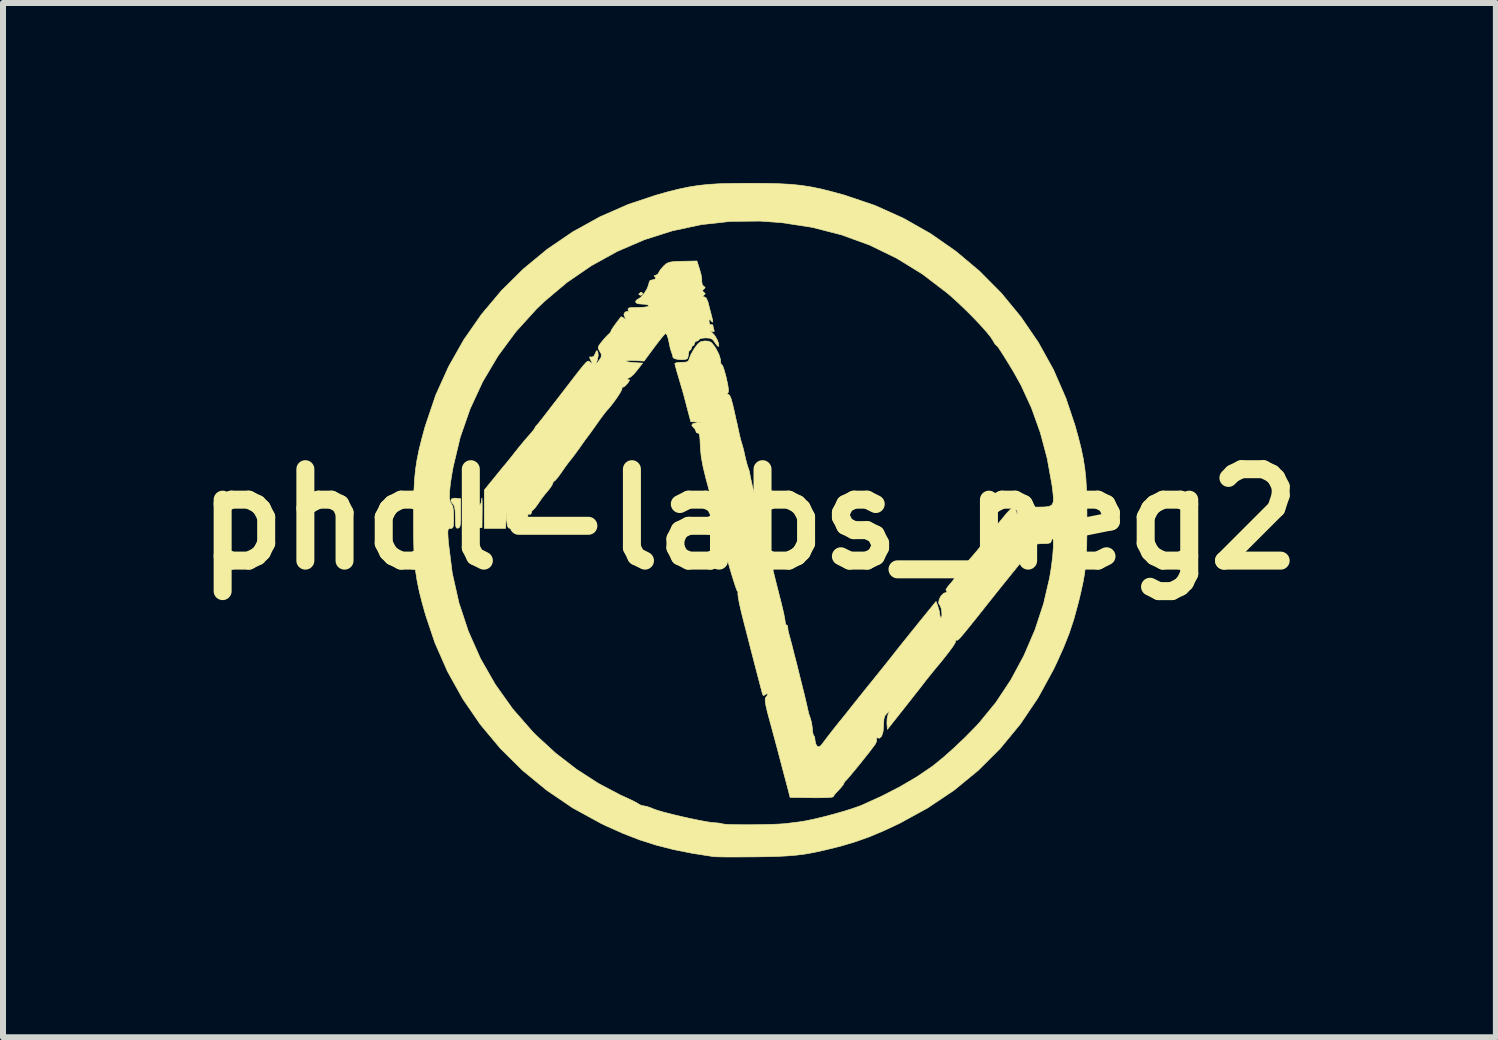
<source format=kicad_pcb>
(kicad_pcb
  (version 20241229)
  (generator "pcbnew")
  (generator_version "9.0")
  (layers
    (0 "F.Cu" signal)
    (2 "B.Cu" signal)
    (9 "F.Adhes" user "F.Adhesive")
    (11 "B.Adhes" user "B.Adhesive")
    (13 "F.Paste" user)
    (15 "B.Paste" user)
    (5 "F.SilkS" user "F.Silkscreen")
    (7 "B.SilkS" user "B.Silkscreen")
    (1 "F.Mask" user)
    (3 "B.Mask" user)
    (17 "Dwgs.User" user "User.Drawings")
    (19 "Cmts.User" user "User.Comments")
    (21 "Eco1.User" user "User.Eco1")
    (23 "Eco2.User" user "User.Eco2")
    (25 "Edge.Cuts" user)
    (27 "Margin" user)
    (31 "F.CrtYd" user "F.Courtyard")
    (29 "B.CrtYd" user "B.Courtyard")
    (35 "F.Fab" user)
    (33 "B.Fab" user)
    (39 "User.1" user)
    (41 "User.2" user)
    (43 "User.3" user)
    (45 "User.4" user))
  (footprint "phol-labs_neg2"
    (layer "F.Cu")
    (at 9.442 5.605)
    (property "Reference" "phol-labs_neg2" (at 0 0 0) (layer "F.SilkS") (effects (font (size 1.524 1.524) (thickness 0.3))))
    (attr through_hole)
    (fp_poly (pts (xy -1.779 -3.765) (xy -1.778 -3.759) (xy -1.799 -3.737) (xy -1.818 -3.734) (xy -1.844 -3.746) (xy -1.841 -3.759) (xy -1.809 -3.784) (xy -1.802 -3.785) (xy -1.779 -3.765)) (stroke (width 0.01) (type solid)) (fill yes) (layer "F.SilkS"))
    (fp_poly (pts (xy -4.642 -0.352) (xy -4.574 -0.348) (xy -4.539 -0.341) (xy -4.54 -0.337) (xy -4.57 -0.307) (xy -4.569 -0.264) (xy -4.541 -0.232) (xy -4.523 -0.229) (xy -4.49 -0.239) (xy -4.471 -0.278) (xy -4.463 -0.337) (xy -4.459 -0.356) (xy -4.457 -0.329) (xy -4.455 -0.264) (xy -4.455 -0.164) (xy -4.455 -0.152) (xy -4.458 0.14) (xy -4.775 0.155) (xy -4.775 -0.357) (xy -4.642 -0.352)) (stroke (width 0.01) (type solid)) (fill yes) (layer "F.SilkS"))
    (fp_poly (pts (xy -4.896 -0.351) (xy -4.813 -0.343) (xy -4.813 -0.102) (xy -4.814 0.012) (xy -4.819 0.084) (xy -4.828 0.125) (xy -4.845 0.143) (xy -4.858 0.148) (xy -4.881 0.146) (xy -4.894 0.125) (xy -4.9 0.074) (xy -4.902 -0.017) (xy -4.902 -0.033) (xy -4.906 -0.146) (xy -4.918 -0.216) (xy -4.94 -0.254) (xy -4.94 -0.254) (xy -4.978 -0.302) (xy -4.969 -0.338) (xy -4.918 -0.352) (xy -4.896 -0.351)) (stroke (width 0.01) (type solid)) (fill yes) (layer "F.SilkS"))
    (fp_poly (pts (xy -0.831 -4.166) (xy -0.807 -4.078) (xy -0.795 -4.002) (xy -0.796 -3.968) (xy -0.787 -3.909) (xy -0.765 -3.886) (xy -0.738 -3.863) (xy -0.756 -3.84) (xy -0.762 -3.836) (xy -0.787 -3.811) (xy -0.767 -3.788) (xy -0.762 -3.785) (xy -0.737 -3.76) (xy -0.757 -3.738) (xy -0.762 -3.734) (xy -0.786 -3.714) (xy -0.763 -3.709) (xy -0.757 -3.709) (xy -0.72 -3.687) (xy -0.691 -3.619) (xy -0.686 -3.6) (xy -0.663 -3.507) (xy -0.638 -3.414) (xy -0.635 -3.401) (xy -0.615 -3.321) (xy -0.612 -3.286) (xy -0.626 -3.292) (xy -0.641 -3.31) (xy -0.665 -3.337) (xy -0.673 -3.32) (xy -0.673 -3.293) (xy -0.663 -3.249) (xy -0.641 -3.244) (xy -0.613 -3.241) (xy -0.61 -3.231) (xy -0.601 -3.186) (xy -0.592 -3.16) (xy -0.588 -3.129) (xy -0.618 -3.131) (xy -0.624 -3.133) (xy -0.653 -3.141) (xy -0.642 -3.126) (xy -0.617 -3.105) (xy -0.577 -3.06) (xy -0.541 -2.998) (xy -0.516 -2.935) (xy -0.511 -2.889) (xy -0.515 -2.88) (xy -0.535 -2.89) (xy -0.567 -2.933) (xy -0.575 -2.945) (xy -0.612 -2.995) (xy -0.657 -3.018) (xy -0.729 -3.023) (xy -0.796 -3.017) (xy -0.834 -3.004) (xy -0.838 -2.997) (xy -0.859 -2.975) (xy -0.876 -2.972) (xy -0.91 -2.951) (xy -0.914 -2.934) (xy -0.928 -2.9) (xy -0.94 -2.896) (xy -0.962 -2.875) (xy -0.965 -2.857) (xy -0.979 -2.824) (xy -0.991 -2.819) (xy -1.011 -2.798) (xy -1.016 -2.762) (xy -1.025 -2.704) (xy -1.035 -2.678) (xy -1.069 -2.664) (xy -1.129 -2.66) (xy -1.196 -2.665) (xy -1.251 -2.678) (xy -1.273 -2.695) (xy -1.286 -2.749) (xy -1.303 -2.794) (xy -1.32 -2.849) (xy -1.33 -2.896) (xy -1.352 -3.002) (xy -1.375 -3.072) (xy -1.396 -3.099) (xy -1.396 -3.099) (xy -1.418 -3.08) (xy -1.463 -3.027) (xy -1.524 -2.95) (xy -1.586 -2.868) (xy -1.757 -2.637) (xy -1.907 -2.646) (xy -1.987 -2.648) (xy -2.041 -2.644) (xy -2.057 -2.637) (xy -2.034 -2.625) (xy -1.975 -2.616) (xy -1.919 -2.611) (xy -1.781 -2.603) (xy -1.874 -2.483) (xy -1.929 -2.418) (xy -1.976 -2.375) (xy -1.999 -2.362) (xy -2.03 -2.346) (xy -2.032 -2.335) (xy -2.016 -2.321) (xy -2.003 -2.326) (xy -1.998 -2.32) (xy -2.019 -2.284) (xy -2.033 -2.265) (xy -2.076 -2.219) (xy -2.11 -2.2) (xy -2.116 -2.202) (xy -2.129 -2.201) (xy -2.123 -2.188) (xy -2.13 -2.157) (xy -2.163 -2.097) (xy -2.214 -2.019) (xy -2.277 -1.933) (xy -2.345 -1.848) (xy -2.388 -1.801) (xy -2.421 -1.759) (xy -2.472 -1.691) (xy -2.527 -1.614) (xy -2.59 -1.525) (xy -2.651 -1.439) (xy -2.692 -1.384) (xy -2.744 -1.315) (xy -2.788 -1.253) (xy -2.794 -1.245) (xy -2.844 -1.173) (xy -2.905 -1.09) (xy -2.962 -1.014) (xy -3.002 -0.965) (xy -3.033 -0.924) (xy -3.082 -0.857) (xy -3.135 -0.78) (xy -3.187 -0.708) (xy -3.23 -0.656) (xy -3.255 -0.635) (xy -3.255 -0.635) (xy -3.275 -0.615) (xy -3.277 -0.603) (xy -3.293 -0.566) (xy -3.332 -0.509) (xy -3.353 -0.483) (xy -3.41 -0.415) (xy -3.448 -0.367) (xy -3.483 -0.318) (xy -3.53 -0.249) (xy -3.531 -0.248) (xy -3.573 -0.191) (xy -3.605 -0.157) (xy -3.613 -0.153) (xy -3.63 -0.132) (xy -3.632 -0.112) (xy -3.648 -0.083) (xy -3.669 -0.085) (xy -3.695 -0.084) (xy -3.692 -0.063) (xy -3.698 -0.02) (xy -3.732 0.04) (xy -3.78 0.098) (xy -3.83 0.141) (xy -3.862 0.152) (xy -3.903 0.13) (xy -3.919 0.083) (xy -3.929 0.013) (xy -3.933 0.083) (xy -3.947 0.136) (xy -3.986 0.152) (xy -3.986 0.152) (xy -4.016 0.144) (xy -4.034 0.113) (xy -4.043 0.045) (xy -4.045 0.019) (xy -4.055 -0.114) (xy -4.059 0.019) (xy -4.064 0.152) (xy -4.42 0.152) (xy -4.42 -0.487) (xy -4.262 -0.681) (xy -4.191 -0.769) (xy -4.129 -0.845) (xy -4.085 -0.898) (xy -4.071 -0.914) (xy -4.04 -0.952) (xy -3.987 -1.017) (xy -3.924 -1.097) (xy -3.908 -1.118) (xy -3.831 -1.214) (xy -3.751 -1.311) (xy -3.684 -1.388) (xy -3.68 -1.392) (xy -3.627 -1.453) (xy -3.591 -1.498) (xy -3.581 -1.515) (xy -3.567 -1.542) (xy -3.55 -1.563) (xy -3.533 -1.581) (xy -3.516 -1.601) (xy -3.495 -1.628) (xy -3.464 -1.667) (xy -3.42 -1.723) (xy -3.359 -1.802) (xy -3.277 -1.909) (xy -3.169 -2.048) (xy -3.113 -2.121) (xy -2.989 -2.282) (xy -2.893 -2.407) (xy -2.82 -2.5) (xy -2.767 -2.565) (xy -2.73 -2.607) (xy -2.704 -2.63) (xy -2.687 -2.637) (xy -2.674 -2.633) (xy -2.661 -2.622) (xy -2.651 -2.614) (xy -2.622 -2.592) (xy -2.624 -2.607) (xy -2.637 -2.634) (xy -2.663 -2.689) (xy -2.66 -2.709) (xy -2.632 -2.703) (xy -2.597 -2.713) (xy -2.571 -2.761) (xy -2.552 -2.807) (xy -2.538 -2.809) (xy -2.526 -2.784) (xy -2.521 -2.727) (xy -2.535 -2.657) (xy -2.564 -2.578) (xy -2.514 -2.638) (xy -2.472 -2.701) (xy -2.47 -2.754) (xy -2.502 -2.812) (xy -2.521 -2.846) (xy -2.519 -2.878) (xy -2.491 -2.922) (xy -2.448 -2.976) (xy -2.394 -3.038) (xy -2.351 -3.082) (xy -2.334 -3.095) (xy -2.312 -3.124) (xy -2.311 -3.128) (xy -2.297 -3.161) (xy -2.26 -3.217) (xy -2.229 -3.259) (xy -2.182 -3.321) (xy -2.149 -3.364) (xy -2.141 -3.375) (xy -2.12 -3.37) (xy -2.092 -3.35) (xy -2.063 -3.329) (xy -2.065 -3.344) (xy -2.078 -3.369) (xy -2.094 -3.418) (xy -2.074 -3.452) (xy -2.036 -3.467) (xy -2.022 -3.461) (xy -2.014 -3.465) (xy -2.021 -3.487) (xy -2.024 -3.51) (xy -2.006 -3.523) (xy -1.957 -3.529) (xy -1.868 -3.531) (xy -1.857 -3.531) (xy -1.765 -3.534) (xy -1.701 -3.543) (xy -1.676 -3.556) (xy -1.676 -3.556) (xy -1.698 -3.575) (xy -1.746 -3.584) (xy -1.828 -3.589) (xy -1.872 -3.597) (xy -1.892 -3.611) (xy -1.898 -3.624) (xy -1.885 -3.653) (xy -1.855 -3.67) (xy -1.805 -3.705) (xy -1.752 -3.769) (xy -1.705 -3.846) (xy -1.679 -3.916) (xy -1.676 -3.936) (xy -1.659 -3.979) (xy -1.627 -3.988) (xy -1.58 -3.999) (xy -1.56 -4.022) (xy -1.578 -4.046) (xy -1.581 -4.047) (xy -1.591 -4.058) (xy -1.57 -4.062) (xy -1.528 -4.085) (xy -1.513 -4.11) (xy -1.485 -4.158) (xy -1.436 -4.215) (xy -1.426 -4.225) (xy -1.389 -4.258) (xy -1.349 -4.279) (xy -1.295 -4.291) (xy -1.215 -4.297) (xy -1.115 -4.3) (xy -0.876 -4.305) (xy -0.831 -4.166)) (stroke (width 0.01) (type solid)) (fill yes) (layer "F.SilkS"))
    (fp_poly (pts (xy 0.273 -5.599) (xy 0.492 -5.593) (xy 0.683 -5.583) (xy 0.855 -5.566) (xy 1.019 -5.541) (xy 1.186 -5.507) (xy 1.367 -5.462) (xy 1.572 -5.406) (xy 1.597 -5.398) (xy 2.093 -5.23) (xy 2.568 -5.016) (xy 3.018 -4.761) (xy 3.441 -4.466) (xy 3.835 -4.135) (xy 4.198 -3.769) (xy 4.525 -3.372) (xy 4.816 -2.946) (xy 5.067 -2.493) (xy 5.275 -2.016) (xy 5.424 -1.571) (xy 5.482 -1.363) (xy 5.528 -1.18) (xy 5.563 -1.012) (xy 5.589 -0.848) (xy 5.607 -0.678) (xy 5.618 -0.49) (xy 5.624 -0.274) (xy 5.625 -0.02) (xy 5.625 0.013) (xy 5.624 0.251) (xy 5.621 0.448) (xy 5.614 0.615) (xy 5.603 0.762) (xy 5.586 0.9) (xy 5.562 1.038) (xy 5.53 1.187) (xy 5.49 1.357) (xy 5.472 1.426) (xy 5.405 1.672) (xy 5.328 1.904) (xy 5.235 2.138) (xy 5.121 2.391) (xy 5.068 2.502) (xy 4.81 2.975) (xy 4.515 3.413) (xy 4.183 3.816) (xy 3.815 4.184) (xy 3.411 4.516) (xy 2.971 4.811) (xy 2.502 5.068) (xy 2.237 5.192) (xy 1.997 5.293) (xy 1.766 5.375) (xy 1.528 5.446) (xy 1.426 5.472) (xy 1.241 5.517) (xy 1.081 5.552) (xy 0.933 5.579) (xy 0.786 5.598) (xy 0.63 5.611) (xy 0.452 5.62) (xy 0.24 5.625) (xy 0.102 5.627) (xy -0.075 5.628) (xy -0.239 5.629) (xy -0.382 5.629) (xy -0.495 5.627) (xy -0.571 5.625) (xy -0.597 5.623) (xy -0.951 5.568) (xy -1.267 5.505) (xy -1.556 5.431) (xy -1.832 5.343) (xy -2.106 5.237) (xy -2.392 5.109) (xy -2.477 5.068) (xy -2.943 4.813) (xy -3.378 4.518) (xy -3.782 4.186) (xy -4.152 3.82) (xy -4.485 3.421) (xy -4.779 2.993) (xy -5.033 2.537) (xy -5.244 2.057) (xy -5.398 1.597) (xy -5.457 1.388) (xy -5.503 1.205) (xy -5.538 1.037) (xy -5.564 0.873) (xy -5.582 0.703) (xy -5.593 0.515) (xy -5.598 0.299) (xy -5.599 0.204) (xy -5.028 0.204) (xy -5.026 0.27) (xy -5.019 0.376) (xy -5.018 0.387) (xy -4.954 0.897) (xy -4.843 1.391) (xy -4.686 1.866) (xy -4.484 2.321) (xy -4.237 2.753) (xy -3.947 3.16) (xy -3.615 3.54) (xy -3.553 3.603) (xy -3.229 3.9) (xy -2.88 4.169) (xy -2.516 4.404) (xy -2.148 4.598) (xy -2.088 4.625) (xy -1.99 4.67) (xy -1.909 4.71) (xy -1.857 4.739) (xy -1.847 4.747) (xy -1.799 4.771) (xy -1.767 4.776) (xy -1.712 4.786) (xy -1.637 4.812) (xy -1.606 4.826) (xy -1.538 4.85) (xy -1.433 4.881) (xy -1.3 4.915) (xy -1.152 4.951) (xy -0.999 4.985) (xy -0.854 5.015) (xy -0.727 5.039) (xy -0.631 5.054) (xy -0.592 5.057) (xy -0.509 5.064) (xy -0.437 5.079) (xy -0.432 5.08) (xy -0.388 5.085) (xy -0.304 5.089) (xy -0.189 5.091) (xy -0.054 5.092) (xy 0.093 5.091) (xy 0.24 5.088) (xy 0.378 5.085) (xy 0.497 5.08) (xy 0.586 5.074) (xy 0.622 5.07) (xy 0.694 5.061) (xy 0.787 5.049) (xy 0.826 5.045) (xy 0.931 5.028) (xy 1.071 4.999) (xy 1.233 4.96) (xy 1.404 4.915) (xy 1.57 4.868) (xy 1.719 4.821) (xy 1.838 4.779) (xy 1.867 4.768) (xy 2.194 4.62) (xy 2.504 4.461) (xy 2.787 4.295) (xy 3.032 4.129) (xy 3.08 4.093) (xy 3.239 3.963) (xy 3.415 3.806) (xy 3.595 3.635) (xy 3.765 3.462) (xy 3.831 3.391) (xy 4.107 3.054) (xy 4.356 2.678) (xy 4.574 2.273) (xy 4.758 1.845) (xy 4.903 1.403) (xy 5.002 0.978) (xy 5.024 0.847) (xy 5.042 0.714) (xy 5.056 0.587) (xy 5.064 0.475) (xy 5.066 0.388) (xy 5.061 0.333) (xy 5.05 0.32) (xy 5.031 0.354) (xy 5.029 0.37) (xy 5.015 0.392) (xy 4.966 0.404) (xy 4.892 0.406) (xy 4.809 0.41) (xy 4.76 0.423) (xy 4.726 0.454) (xy 4.71 0.476) (xy 4.676 0.524) (xy 4.618 0.6) (xy 4.545 0.692) (xy 4.479 0.775) (xy 4.403 0.868) (xy 4.304 0.991) (xy 4.191 1.131) (xy 4.073 1.279) (xy 3.959 1.422) (xy 3.823 1.594) (xy 3.714 1.73) (xy 3.63 1.834) (xy 3.568 1.91) (xy 3.523 1.962) (xy 3.492 1.995) (xy 3.471 2.012) (xy 3.458 2.018) (xy 3.449 2.016) (xy 3.446 2.014) (xy 3.433 2.015) (xy 3.437 2.025) (xy 3.429 2.058) (xy 3.386 2.127) (xy 3.309 2.231) (xy 3.199 2.37) (xy 3.097 2.492) (xy 3.023 2.583) (xy 2.942 2.684) (xy 2.903 2.735) (xy 2.853 2.8) (xy 2.779 2.894) (xy 2.691 3.006) (xy 2.596 3.127) (xy 2.553 3.181) (xy 2.299 3.502) (xy 2.291 3.403) (xy 2.294 3.322) (xy 2.31 3.253) (xy 2.314 3.246) (xy 2.333 3.206) (xy 2.326 3.205) (xy 2.29 3.236) (xy 2.257 3.276) (xy 2.241 3.33) (xy 2.235 3.417) (xy 2.235 3.435) (xy 2.227 3.54) (xy 2.203 3.614) (xy 2.168 3.649) (xy 2.13 3.643) (xy 2.112 3.639) (xy 2.119 3.655) (xy 2.12 3.696) (xy 2.099 3.745) (xy 2.063 3.794) (xy 2.007 3.868) (xy 1.936 3.958) (xy 1.858 4.056) (xy 1.78 4.152) (xy 1.707 4.24) (xy 1.648 4.31) (xy 1.608 4.354) (xy 1.596 4.365) (xy 1.575 4.394) (xy 1.575 4.399) (xy 1.558 4.431) (xy 1.516 4.482) (xy 1.486 4.514) (xy 1.434 4.569) (xy 1.402 4.612) (xy 1.397 4.625) (xy 1.373 4.632) (xy 1.307 4.638) (xy 1.209 4.641) (xy 1.087 4.642) (xy 1.037 4.641) (xy 0.677 4.636) (xy 0.631 4.458) (xy 0.563 4.202) (xy 0.507 3.989) (xy 0.461 3.814) (xy 0.422 3.67) (xy 0.39 3.551) (xy 0.363 3.45) (xy 0.343 3.378) (xy 0.301 3.222) (xy 0.274 3.107) (xy 0.262 3.03) (xy 0.263 2.983) (xy 0.277 2.961) (xy 0.303 2.926) (xy 0.305 2.916) (xy 0.291 2.906) (xy 0.267 2.921) (xy 0.234 2.939) (xy 0.219 2.918) (xy 0.208 2.879) (xy 0.187 2.798) (xy 0.157 2.684) (xy 0.12 2.543) (xy 0.079 2.385) (xy 0.035 2.215) (xy -0.009 2.043) (xy -0.052 1.876) (xy -0.092 1.721) (xy -0.115 1.631) (xy -0.147 1.499) (xy -0.172 1.384) (xy -0.188 1.294) (xy -0.194 1.239) (xy -0.193 1.229) (xy -0.19 1.203) (xy -0.198 1.204) (xy -0.21 1.184) (xy -0.232 1.124) (xy -0.262 1.032) (xy -0.298 0.916) (xy -0.336 0.786) (xy -0.375 0.649) (xy -0.411 0.515) (xy -0.444 0.391) (xy -0.469 0.287) (xy -0.485 0.211) (xy -0.489 0.191) (xy -0.501 0.143) (xy -0.511 0.127) (xy -0.523 0.098) (xy -0.543 0.032) (xy -0.568 -0.061) (xy -0.58 -0.114) (xy -0.609 -0.232) (xy -0.646 -0.378) (xy -0.687 -0.535) (xy -0.724 -0.673) (xy -0.772 -0.868) (xy -0.803 -1.031) (xy -0.818 -1.179) (xy -0.82 -1.226) (xy -0.825 -1.338) (xy -0.833 -1.405) (xy -0.846 -1.435) (xy -0.857 -1.436) (xy -0.886 -1.444) (xy -0.889 -1.458) (xy -0.907 -1.502) (xy -0.927 -1.524) (xy -0.961 -1.564) (xy -0.949 -1.591) (xy -0.887 -1.607) (xy -0.883 -1.607) (xy -0.8 -1.617) (xy -0.889 -1.622) (xy -0.978 -1.626) (xy -1.037 -1.848) (xy -1.064 -1.951) (xy -1.087 -2.039) (xy -1.102 -2.096) (xy -1.106 -2.108) (xy -1.117 -2.149) (xy -1.14 -2.224) (xy -1.168 -2.321) (xy -1.18 -2.361) (xy -1.209 -2.459) (xy -1.231 -2.539) (xy -1.243 -2.588) (xy -1.245 -2.596) (xy -1.222 -2.608) (xy -1.164 -2.615) (xy -1.131 -2.616) (xy -1.059 -2.619) (xy -1.022 -2.635) (xy -1.004 -2.671) (xy -1 -2.686) (xy -0.975 -2.748) (xy -0.931 -2.826) (xy -0.906 -2.864) (xy -0.855 -2.929) (xy -0.81 -2.961) (xy -0.755 -2.971) (xy -0.735 -2.972) (xy -0.678 -2.967) (xy -0.636 -2.947) (xy -0.595 -2.899) (xy -0.561 -2.849) (xy -0.512 -2.755) (xy -0.485 -2.67) (xy -0.483 -2.644) (xy -0.477 -2.593) (xy -0.463 -2.575) (xy -0.461 -2.576) (xy -0.447 -2.558) (xy -0.426 -2.502) (xy -0.401 -2.415) (xy -0.386 -2.356) (xy -0.361 -2.239) (xy -0.35 -2.162) (xy -0.352 -2.119) (xy -0.363 -2.103) (xy -0.377 -2.087) (xy -0.355 -2.083) (xy -0.331 -2.066) (xy -0.307 -2.012) (xy -0.28 -1.915) (xy -0.267 -1.861) (xy -0.244 -1.759) (xy -0.226 -1.675) (xy -0.214 -1.623) (xy -0.211 -1.613) (xy -0.202 -1.575) (xy -0.188 -1.506) (xy -0.178 -1.46) (xy -0.158 -1.372) (xy -0.138 -1.295) (xy -0.13 -1.27) (xy -0.112 -1.21) (xy -0.09 -1.123) (xy -0.075 -1.054) (xy -0.054 -0.966) (xy -0.034 -0.893) (xy -0.022 -0.86) (xy -0.004 -0.806) (xy 0.01 -0.734) (xy 0.01 -0.733) (xy 0.021 -0.679) (xy 0.041 -0.586) (xy 0.07 -0.467) (xy 0.104 -0.332) (xy 0.121 -0.267) (xy 0.159 -0.117) (xy 0.197 0.031) (xy 0.23 0.164) (xy 0.255 0.267) (xy 0.261 0.292) (xy 0.286 0.395) (xy 0.316 0.526) (xy 0.349 0.667) (xy 0.369 0.749) (xy 0.404 0.896) (xy 0.446 1.066) (xy 0.489 1.235) (xy 0.514 1.333) (xy 0.545 1.457) (xy 0.571 1.569) (xy 0.588 1.656) (xy 0.595 1.706) (xy 0.602 1.751) (xy 0.616 1.761) (xy 0.633 1.772) (xy 0.637 1.796) (xy 0.644 1.858) (xy 0.649 1.88) (xy 0.677 1.983) (xy 0.712 2.115) (xy 0.75 2.266) (xy 0.792 2.429) (xy 0.833 2.595) (xy 0.873 2.756) (xy 0.91 2.903) (xy 0.94 3.03) (xy 0.963 3.128) (xy 0.976 3.188) (xy 0.979 3.2) (xy 0.991 3.25) (xy 1.014 3.314) (xy 1.035 3.39) (xy 1.048 3.481) (xy 1.049 3.498) (xy 1.056 3.564) (xy 1.068 3.603) (xy 1.073 3.607) (xy 1.087 3.629) (xy 1.092 3.68) (xy 1.104 3.743) (xy 1.128 3.782) (xy 1.159 3.794) (xy 1.193 3.769) (xy 1.215 3.741) (xy 1.301 3.627) (xy 1.404 3.495) (xy 1.507 3.365) (xy 1.524 3.345) (xy 1.593 3.26) (xy 1.663 3.172) (xy 1.689 3.138) (xy 1.731 3.085) (xy 1.798 3.002) (xy 1.882 2.897) (xy 1.975 2.781) (xy 2.032 2.711) (xy 2.131 2.588) (xy 2.229 2.466) (xy 2.316 2.357) (xy 2.385 2.27) (xy 2.41 2.238) (xy 2.463 2.171) (xy 2.54 2.074) (xy 2.634 1.957) (xy 2.736 1.83) (xy 2.815 1.732) (xy 3.11 1.369) (xy 3.141 1.453) (xy 3.163 1.528) (xy 3.173 1.594) (xy 3.173 1.595) (xy 3.182 1.636) (xy 3.195 1.641) (xy 3.207 1.61) (xy 3.206 1.551) (xy 3.196 1.488) (xy 3.18 1.442) (xy 3.172 1.433) (xy 3.152 1.396) (xy 3.161 1.339) (xy 3.191 1.28) (xy 3.235 1.235) (xy 3.28 1.219) (xy 3.3 1.213) (xy 3.284 1.199) (xy 3.274 1.173) (xy 3.303 1.127) (xy 3.322 1.104) (xy 3.382 1.034) (xy 3.433 0.963) (xy 3.438 0.957) (xy 3.478 0.912) (xy 3.514 0.897) (xy 3.517 0.898) (xy 3.541 0.892) (xy 3.54 0.868) (xy 3.55 0.825) (xy 3.587 0.765) (xy 3.613 0.732) (xy 3.7 0.633) (xy 3.786 0.532) (xy 3.862 0.44) (xy 3.918 0.369) (xy 3.936 0.345) (xy 3.989 0.274) (xy 4.02 0.248) (xy 4.035 0.268) (xy 4.037 0.337) (xy 4.036 0.377) (xy 4.035 0.462) (xy 4.04 0.525) (xy 4.047 0.55) (xy 4.055 0.535) (xy 4.061 0.48) (xy 4.064 0.396) (xy 4.064 0.366) (xy 4.066 0.262) (xy 4.074 0.192) (xy 4.092 0.143) (xy 4.123 0.098) (xy 4.134 0.084) (xy 4.194 0.013) (xy 4.262 -0.07) (xy 4.289 -0.102) (xy 4.352 -0.169) (xy 4.398 -0.192) (xy 4.43 -0.17) (xy 4.448 -0.125) (xy 4.461 -0.084) (xy 4.466 -0.09) (xy 4.468 -0.133) (xy 4.48 -0.187) (xy 4.518 -0.203) (xy 4.52 -0.203) (xy 4.548 -0.197) (xy 4.564 -0.17) (xy 4.573 -0.112) (xy 4.578 -0.044) (xy 4.586 0.114) (xy 4.629 -0.203) (xy 4.812 -0.203) (xy 4.92 -0.205) (xy 4.995 -0.214) (xy 5.041 -0.239) (xy 5.063 -0.286) (xy 5.066 -0.365) (xy 5.054 -0.481) (xy 5.042 -0.572) (xy 4.963 -1.012) (xy 4.848 -1.443) (xy 4.701 -1.855) (xy 4.525 -2.237) (xy 4.397 -2.466) (xy 4.304 -2.619) (xy 4.233 -2.733) (xy 4.182 -2.813) (xy 4.148 -2.863) (xy 4.127 -2.889) (xy 4.117 -2.896) (xy 4.095 -2.916) (xy 4.065 -2.967) (xy 4.059 -2.978) (xy 4.018 -3.041) (xy 3.945 -3.13) (xy 3.848 -3.239) (xy 3.733 -3.36) (xy 3.607 -3.486) (xy 3.477 -3.61) (xy 3.35 -3.725) (xy 3.29 -3.776) (xy 2.882 -4.087) (xy 2.453 -4.351) (xy 2.003 -4.57) (xy 1.533 -4.741) (xy 1.044 -4.866) (xy 0.537 -4.944) (xy 0.178 -4.97) (xy -0.316 -4.965) (xy -0.804 -4.911) (xy -1.284 -4.808) (xy -1.751 -4.66) (xy -2.202 -4.466) (xy -2.633 -4.228) (xy -3.041 -3.949) (xy -3.421 -3.629) (xy -3.553 -3.502) (xy -3.894 -3.126) (xy -4.192 -2.722) (xy -4.446 -2.294) (xy -4.656 -1.841) (xy -4.821 -1.367) (xy -4.939 -0.872) (xy -4.954 -0.791) (xy -4.984 -0.604) (xy -4.999 -0.461) (xy -5.001 -0.357) (xy -4.989 -0.289) (xy -4.967 -0.255) (xy -4.945 -0.216) (xy -4.934 -0.14) (xy -4.93 -0.036) (xy -4.932 0.06) (xy -4.937 0.117) (xy -4.95 0.144) (xy -4.973 0.152) (xy -4.983 0.152) (xy -5.008 0.155) (xy -5.022 0.169) (xy -5.028 0.204) (xy -5.599 0.204) (xy -5.6 0.044) (xy -5.6 0.013) (xy -5.599 -0.247) (xy -5.593 -0.467) (xy -5.583 -0.658) (xy -5.566 -0.83) (xy -5.541 -0.994) (xy -5.507 -1.161) (xy -5.462 -1.342) (xy -5.406 -1.547) (xy -5.398 -1.571) (xy -5.23 -2.068) (xy -5.016 -2.542) (xy -4.761 -2.993) (xy -4.466 -3.416) (xy -4.135 -3.81) (xy -3.769 -4.172) (xy -3.372 -4.5) (xy -2.946 -4.79) (xy -2.493 -5.041) (xy -2.016 -5.25) (xy -1.571 -5.398) (xy -1.363 -5.457) (xy -1.18 -5.503) (xy -1.012 -5.538) (xy -0.848 -5.564) (xy -0.677 -5.582) (xy -0.489 -5.593) (xy -0.273 -5.598) (xy -0.018 -5.6) (xy 0.013 -5.6) (xy 0.273 -5.599)) (stroke (width 0.01) (type solid)) (fill yes) (layer "F.SilkS")))
  (gr_rect
    (start -3 -3)
    (end 21.883 14.239)
    (stroke (width 0.1) (type default))
    (fill no)
    (layer "Edge.Cuts")))
</source>
